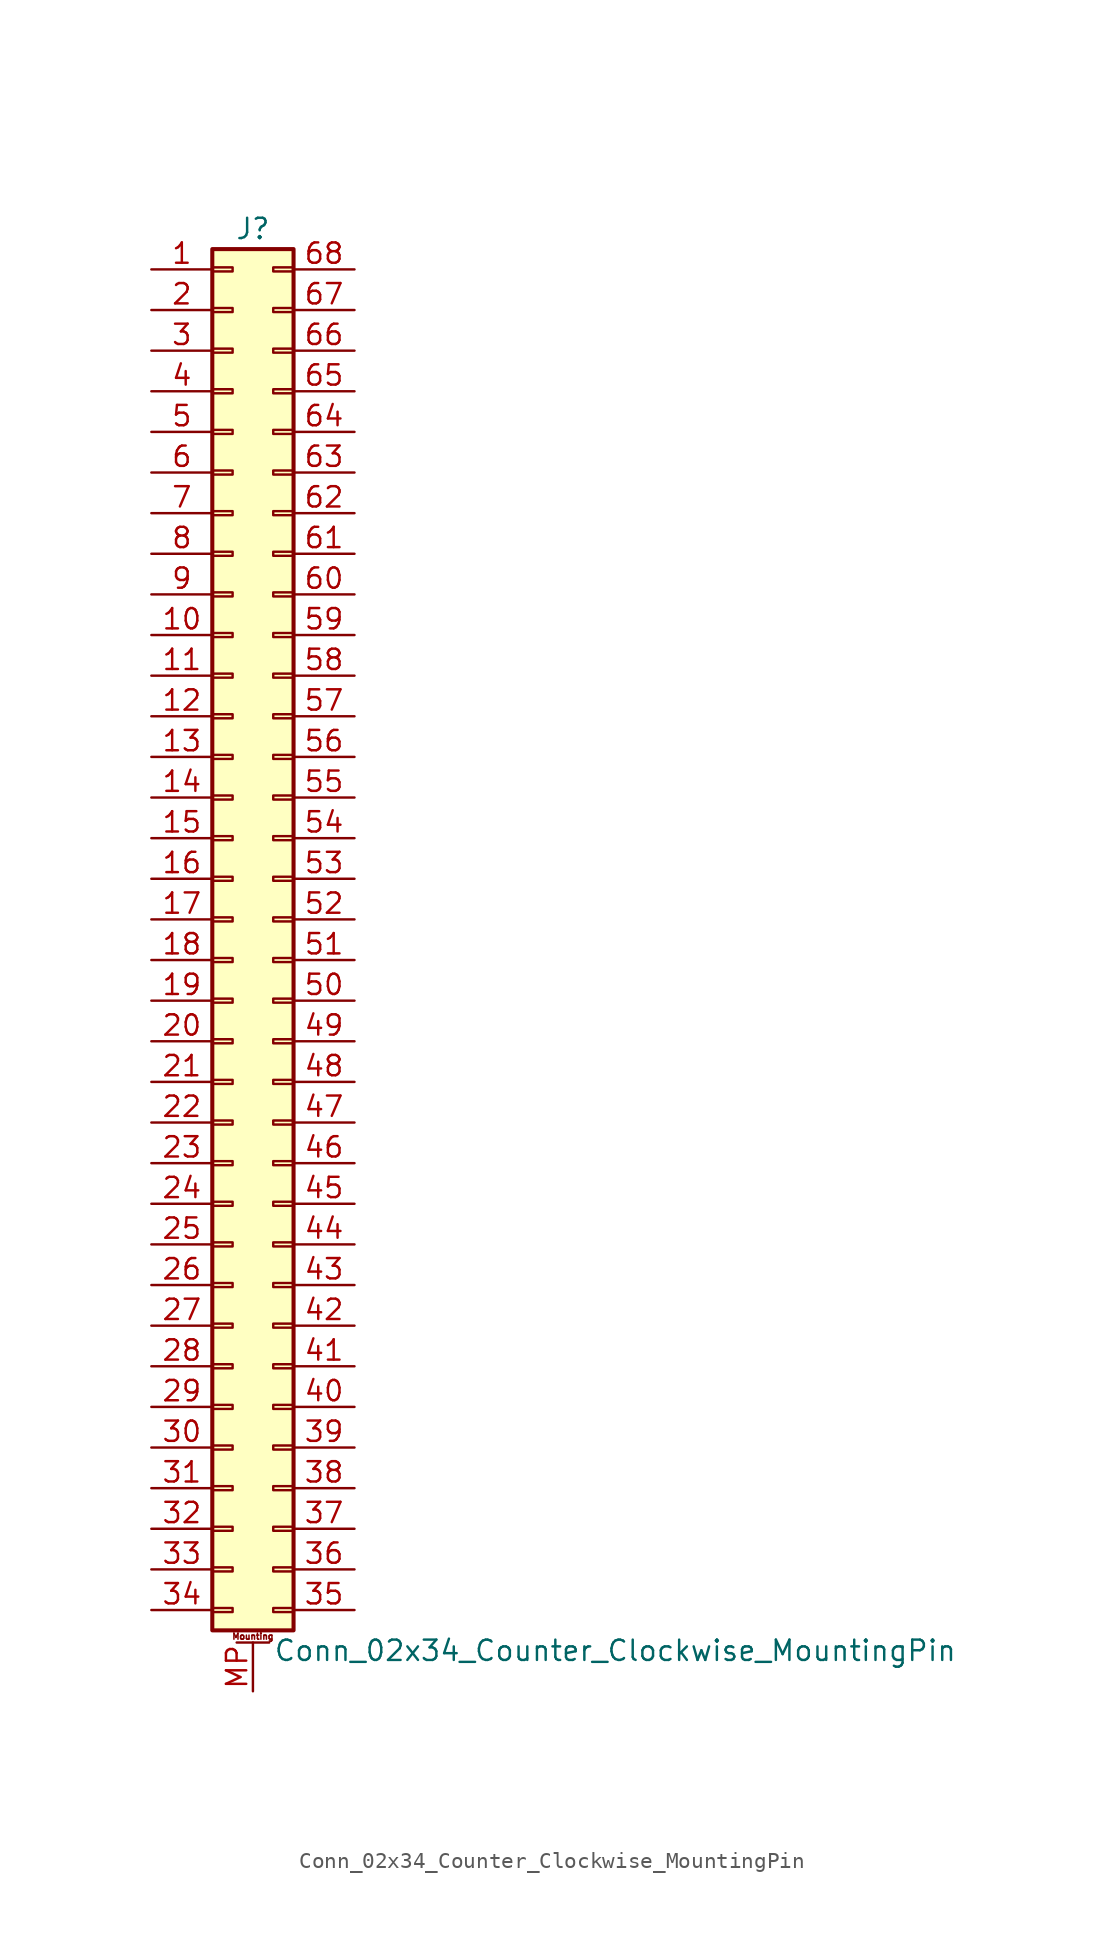
<source format=kicad_sym>
(kicad_symbol_lib
  (version 20201005)
  (generator kicad_symbol_editor)
  (symbol "Conn_02x34_Counter_Clockwise_MountingPin"
    (pin_names
      (offset 1.016) hide)
    (property "Reference" "J"
      (at 1.27 43.18 0)
      (effects (font (size 1.27 1.27))))
    (property "Value" "Conn_02x34_Counter_Clockwise_MountingPin"
      (at 2.54 -45.72 0)
      (effects (font (size 1.27 1.27)) (justify left)))
    (symbol "Conn_02x34_Counter_Clockwise_MountingPin_1_1"
      (text "Mounting" (at 1.27 -44.831 0) (effects (font (size 0.381 0.381))))
      (rectangle (start -1.27 -43.053) (end 0 -43.307) (stroke (width 0.152)) (fill (type none)))
      (rectangle (start -1.27 -40.513) (end 0 -40.767) (stroke (width 0.152)) (fill (type none)))
      (rectangle (start -1.27 -37.973) (end 0 -38.227) (stroke (width 0.152)) (fill (type none)))
      (rectangle (start -1.27 -35.433) (end 0 -35.687) (stroke (width 0.152)) (fill (type none)))
      (rectangle (start -1.27 -32.893) (end 0 -33.147) (stroke (width 0.152)) (fill (type none)))
      (rectangle (start -1.27 -30.353) (end 0 -30.607) (stroke (width 0.152)) (fill (type none)))
      (rectangle (start -1.27 -27.813) (end 0 -28.067) (stroke (width 0.152)) (fill (type none)))
      (rectangle (start -1.27 -25.273) (end 0 -25.527) (stroke (width 0.152)) (fill (type none)))
      (rectangle (start -1.27 -22.733) (end 0 -22.987) (stroke (width 0.152)) (fill (type none)))
      (rectangle (start -1.27 -20.193) (end 0 -20.447) (stroke (width 0.152)) (fill (type none)))
      (rectangle (start -1.27 -17.653) (end 0 -17.907) (stroke (width 0.152)) (fill (type none)))
      (rectangle (start -1.27 -15.113) (end 0 -15.367) (stroke (width 0.152)) (fill (type none)))
      (rectangle (start -1.27 -12.573) (end 0 -12.827) (stroke (width 0.152)) (fill (type none)))
      (rectangle (start -1.27 -10.033) (end 0 -10.287) (stroke (width 0.152)) (fill (type none)))
      (rectangle (start -1.27 -7.493) (end 0 -7.747) (stroke (width 0.152)) (fill (type none)))
      (rectangle (start -1.27 -4.953) (end 0 -5.207) (stroke (width 0.152)) (fill (type none)))
      (rectangle (start -1.27 -2.413) (end 0 -2.667) (stroke (width 0.152)) (fill (type none)))
      (rectangle (start -1.27 0.127) (end 0 -0.127) (stroke (width 0.152)) (fill (type none)))
      (rectangle (start -1.27 2.667) (end 0 2.413) (stroke (width 0.152)) (fill (type none)))
      (rectangle (start -1.27 5.207) (end 0 4.953) (stroke (width 0.152)) (fill (type none)))
      (rectangle (start -1.27 7.747) (end 0 7.493) (stroke (width 0.152)) (fill (type none)))
      (rectangle (start -1.27 10.287) (end 0 10.033) (stroke (width 0.152)) (fill (type none)))
      (rectangle (start -1.27 12.827) (end 0 12.573) (stroke (width 0.152)) (fill (type none)))
      (rectangle (start -1.27 15.367) (end 0 15.113) (stroke (width 0.152)) (fill (type none)))
      (rectangle (start -1.27 17.907) (end 0 17.653) (stroke (width 0.152)) (fill (type none)))
      (rectangle (start -1.27 20.447) (end 0 20.193) (stroke (width 0.152)) (fill (type none)))
      (rectangle (start -1.27 22.987) (end 0 22.733) (stroke (width 0.152)) (fill (type none)))
      (rectangle (start -1.27 25.527) (end 0 25.273) (stroke (width 0.152)) (fill (type none)))
      (rectangle (start -1.27 28.067) (end 0 27.813) (stroke (width 0.152)) (fill (type none)))
      (rectangle (start -1.27 30.607) (end 0 30.353) (stroke (width 0.152)) (fill (type none)))
      (rectangle (start -1.27 33.147) (end 0 32.893) (stroke (width 0.152)) (fill (type none)))
      (rectangle (start -1.27 35.687) (end 0 35.433) (stroke (width 0.152)) (fill (type none)))
      (rectangle (start -1.27 38.227) (end 0 37.973) (stroke (width 0.152)) (fill (type none)))
      (rectangle (start -1.27 40.767) (end 0 40.513) (stroke (width 0.152)) (fill (type none)))
      (rectangle (start 3.81 -43.053) (end 2.54 -43.307) (stroke (width 0.152)) (fill (type none)))
      (rectangle (start 3.81 -40.513) (end 2.54 -40.767) (stroke (width 0.152)) (fill (type none)))
      (rectangle (start 3.81 -37.973) (end 2.54 -38.227) (stroke (width 0.152)) (fill (type none)))
      (rectangle (start 3.81 -35.433) (end 2.54 -35.687) (stroke (width 0.152)) (fill (type none)))
      (rectangle (start 3.81 -32.893) (end 2.54 -33.147) (stroke (width 0.152)) (fill (type none)))
      (rectangle (start 3.81 -30.353) (end 2.54 -30.607) (stroke (width 0.152)) (fill (type none)))
      (rectangle (start 3.81 -27.813) (end 2.54 -28.067) (stroke (width 0.152)) (fill (type none)))
      (rectangle (start 3.81 -25.273) (end 2.54 -25.527) (stroke (width 0.152)) (fill (type none)))
      (rectangle (start 3.81 -22.733) (end 2.54 -22.987) (stroke (width 0.152)) (fill (type none)))
      (rectangle (start 3.81 -20.193) (end 2.54 -20.447) (stroke (width 0.152)) (fill (type none)))
      (rectangle (start 3.81 -17.653) (end 2.54 -17.907) (stroke (width 0.152)) (fill (type none)))
      (rectangle (start 3.81 -15.113) (end 2.54 -15.367) (stroke (width 0.152)) (fill (type none)))
      (rectangle (start 3.81 -12.573) (end 2.54 -12.827) (stroke (width 0.152)) (fill (type none)))
      (rectangle (start 3.81 -10.033) (end 2.54 -10.287) (stroke (width 0.152)) (fill (type none)))
      (rectangle (start 3.81 -7.493) (end 2.54 -7.747) (stroke (width 0.152)) (fill (type none)))
      (rectangle (start 3.81 -4.953) (end 2.54 -5.207) (stroke (width 0.152)) (fill (type none)))
      (rectangle (start 3.81 -2.413) (end 2.54 -2.667) (stroke (width 0.152)) (fill (type none)))
      (rectangle (start 3.81 0.127) (end 2.54 -0.127) (stroke (width 0.152)) (fill (type none)))
      (rectangle (start 3.81 2.667) (end 2.54 2.413) (stroke (width 0.152)) (fill (type none)))
      (rectangle (start 3.81 5.207) (end 2.54 4.953) (stroke (width 0.152)) (fill (type none)))
      (rectangle (start 3.81 7.747) (end 2.54 7.493) (stroke (width 0.152)) (fill (type none)))
      (rectangle (start 3.81 10.287) (end 2.54 10.033) (stroke (width 0.152)) (fill (type none)))
      (rectangle (start 3.81 12.827) (end 2.54 12.573) (stroke (width 0.152)) (fill (type none)))
      (rectangle (start 3.81 15.367) (end 2.54 15.113) (stroke (width 0.152)) (fill (type none)))
      (rectangle (start 3.81 17.907) (end 2.54 17.653) (stroke (width 0.152)) (fill (type none)))
      (rectangle (start 3.81 20.447) (end 2.54 20.193) (stroke (width 0.152)) (fill (type none)))
      (rectangle (start 3.81 22.987) (end 2.54 22.733) (stroke (width 0.152)) (fill (type none)))
      (rectangle (start 3.81 25.527) (end 2.54 25.273) (stroke (width 0.152)) (fill (type none)))
      (rectangle (start 3.81 28.067) (end 2.54 27.813) (stroke (width 0.152)) (fill (type none)))
      (rectangle (start 3.81 30.607) (end 2.54 30.353) (stroke (width 0.152)) (fill (type none)))
      (rectangle (start 3.81 33.147) (end 2.54 32.893) (stroke (width 0.152)) (fill (type none)))
      (rectangle (start 3.81 35.687) (end 2.54 35.433) (stroke (width 0.152)) (fill (type none)))
      (rectangle (start 3.81 38.227) (end 2.54 37.973) (stroke (width 0.152)) (fill (type none)))
      (rectangle (start 3.81 40.767) (end 2.54 40.513) (stroke (width 0.152)) (fill (type none)))
      (rectangle (start -1.27 41.91) (end 3.81 -44.45) (stroke (width 0.254)) (fill (type background)))
      (polyline (pts (xy 0.254 -45.212) (xy 2.286 -45.212)) (stroke (width 0.152)) (fill (type none)))
      (pin passive line (at -5.08 40.64 0) (length 3.81) (name "Pin_1" (effects (font (size 1.27 1.27)))) (number "1" (effects (font (size 1.27 1.27)))))
      (pin passive line (at -5.08 17.78 0) (length 3.81) (name "Pin_10" (effects (font (size 1.27 1.27)))) (number "10" (effects (font (size 1.27 1.27)))))
      (pin passive line (at -5.08 15.24 0) (length 3.81) (name "Pin_11" (effects (font (size 1.27 1.27)))) (number "11" (effects (font (size 1.27 1.27)))))
      (pin passive line (at -5.08 12.7 0) (length 3.81) (name "Pin_12" (effects (font (size 1.27 1.27)))) (number "12" (effects (font (size 1.27 1.27)))))
      (pin passive line (at -5.08 10.16 0) (length 3.81) (name "Pin_13" (effects (font (size 1.27 1.27)))) (number "13" (effects (font (size 1.27 1.27)))))
      (pin passive line (at -5.08 7.62 0) (length 3.81) (name "Pin_14" (effects (font (size 1.27 1.27)))) (number "14" (effects (font (size 1.27 1.27)))))
      (pin passive line (at -5.08 5.08 0) (length 3.81) (name "Pin_15" (effects (font (size 1.27 1.27)))) (number "15" (effects (font (size 1.27 1.27)))))
      (pin passive line (at -5.08 2.54 0) (length 3.81) (name "Pin_16" (effects (font (size 1.27 1.27)))) (number "16" (effects (font (size 1.27 1.27)))))
      (pin passive line (at -5.08 0 0) (length 3.81) (name "Pin_17" (effects (font (size 1.27 1.27)))) (number "17" (effects (font (size 1.27 1.27)))))
      (pin passive line (at -5.08 -2.54 0) (length 3.81) (name "Pin_18" (effects (font (size 1.27 1.27)))) (number "18" (effects (font (size 1.27 1.27)))))
      (pin passive line (at -5.08 -5.08 0) (length 3.81) (name "Pin_19" (effects (font (size 1.27 1.27)))) (number "19" (effects (font (size 1.27 1.27)))))
      (pin passive line (at -5.08 38.1 0) (length 3.81) (name "Pin_2" (effects (font (size 1.27 1.27)))) (number "2" (effects (font (size 1.27 1.27)))))
      (pin passive line (at -5.08 -7.62 0) (length 3.81) (name "Pin_20" (effects (font (size 1.27 1.27)))) (number "20" (effects (font (size 1.27 1.27)))))
      (pin passive line (at -5.08 -10.16 0) (length 3.81) (name "Pin_21" (effects (font (size 1.27 1.27)))) (number "21" (effects (font (size 1.27 1.27)))))
      (pin passive line (at -5.08 -12.7 0) (length 3.81) (name "Pin_22" (effects (font (size 1.27 1.27)))) (number "22" (effects (font (size 1.27 1.27)))))
      (pin passive line (at -5.08 -15.24 0) (length 3.81) (name "Pin_23" (effects (font (size 1.27 1.27)))) (number "23" (effects (font (size 1.27 1.27)))))
      (pin passive line (at -5.08 -17.78 0) (length 3.81) (name "Pin_24" (effects (font (size 1.27 1.27)))) (number "24" (effects (font (size 1.27 1.27)))))
      (pin passive line (at -5.08 -20.32 0) (length 3.81) (name "Pin_25" (effects (font (size 1.27 1.27)))) (number "25" (effects (font (size 1.27 1.27)))))
      (pin passive line (at -5.08 -22.86 0) (length 3.81) (name "Pin_26" (effects (font (size 1.27 1.27)))) (number "26" (effects (font (size 1.27 1.27)))))
      (pin passive line (at -5.08 -25.4 0) (length 3.81) (name "Pin_27" (effects (font (size 1.27 1.27)))) (number "27" (effects (font (size 1.27 1.27)))))
      (pin passive line (at -5.08 -27.94 0) (length 3.81) (name "Pin_28" (effects (font (size 1.27 1.27)))) (number "28" (effects (font (size 1.27 1.27)))))
      (pin passive line (at -5.08 -30.48 0) (length 3.81) (name "Pin_29" (effects (font (size 1.27 1.27)))) (number "29" (effects (font (size 1.27 1.27)))))
      (pin passive line (at -5.08 35.56 0) (length 3.81) (name "Pin_3" (effects (font (size 1.27 1.27)))) (number "3" (effects (font (size 1.27 1.27)))))
      (pin passive line (at -5.08 -33.02 0) (length 3.81) (name "Pin_30" (effects (font (size 1.27 1.27)))) (number "30" (effects (font (size 1.27 1.27)))))
      (pin passive line (at -5.08 -35.56 0) (length 3.81) (name "Pin_31" (effects (font (size 1.27 1.27)))) (number "31" (effects (font (size 1.27 1.27)))))
      (pin passive line (at -5.08 -38.1 0) (length 3.81) (name "Pin_32" (effects (font (size 1.27 1.27)))) (number "32" (effects (font (size 1.27 1.27)))))
      (pin passive line (at -5.08 -40.64 0) (length 3.81) (name "Pin_33" (effects (font (size 1.27 1.27)))) (number "33" (effects (font (size 1.27 1.27)))))
      (pin passive line (at -5.08 -43.18 0) (length 3.81) (name "Pin_34" (effects (font (size 1.27 1.27)))) (number "34" (effects (font (size 1.27 1.27)))))
      (pin passive line (at 7.62 -43.18 180) (length 3.81) (name "Pin_35" (effects (font (size 1.27 1.27)))) (number "35" (effects (font (size 1.27 1.27)))))
      (pin passive line (at 7.62 -40.64 180) (length 3.81) (name "Pin_36" (effects (font (size 1.27 1.27)))) (number "36" (effects (font (size 1.27 1.27)))))
      (pin passive line (at 7.62 -38.1 180) (length 3.81) (name "Pin_37" (effects (font (size 1.27 1.27)))) (number "37" (effects (font (size 1.27 1.27)))))
      (pin passive line (at 7.62 -35.56 180) (length 3.81) (name "Pin_38" (effects (font (size 1.27 1.27)))) (number "38" (effects (font (size 1.27 1.27)))))
      (pin passive line (at 7.62 -33.02 180) (length 3.81) (name "Pin_39" (effects (font (size 1.27 1.27)))) (number "39" (effects (font (size 1.27 1.27)))))
      (pin passive line (at -5.08 33.02 0) (length 3.81) (name "Pin_4" (effects (font (size 1.27 1.27)))) (number "4" (effects (font (size 1.27 1.27)))))
      (pin passive line (at 7.62 -30.48 180) (length 3.81) (name "Pin_40" (effects (font (size 1.27 1.27)))) (number "40" (effects (font (size 1.27 1.27)))))
      (pin passive line (at 7.62 -27.94 180) (length 3.81) (name "Pin_41" (effects (font (size 1.27 1.27)))) (number "41" (effects (font (size 1.27 1.27)))))
      (pin passive line (at 7.62 -25.4 180) (length 3.81) (name "Pin_42" (effects (font (size 1.27 1.27)))) (number "42" (effects (font (size 1.27 1.27)))))
      (pin passive line (at 7.62 -22.86 180) (length 3.81) (name "Pin_43" (effects (font (size 1.27 1.27)))) (number "43" (effects (font (size 1.27 1.27)))))
      (pin passive line (at 7.62 -20.32 180) (length 3.81) (name "Pin_44" (effects (font (size 1.27 1.27)))) (number "44" (effects (font (size 1.27 1.27)))))
      (pin passive line (at 7.62 -17.78 180) (length 3.81) (name "Pin_45" (effects (font (size 1.27 1.27)))) (number "45" (effects (font (size 1.27 1.27)))))
      (pin passive line (at 7.62 -15.24 180) (length 3.81) (name "Pin_46" (effects (font (size 1.27 1.27)))) (number "46" (effects (font (size 1.27 1.27)))))
      (pin passive line (at 7.62 -12.7 180) (length 3.81) (name "Pin_47" (effects (font (size 1.27 1.27)))) (number "47" (effects (font (size 1.27 1.27)))))
      (pin passive line (at 7.62 -10.16 180) (length 3.81) (name "Pin_48" (effects (font (size 1.27 1.27)))) (number "48" (effects (font (size 1.27 1.27)))))
      (pin passive line (at 7.62 -7.62 180) (length 3.81) (name "Pin_49" (effects (font (size 1.27 1.27)))) (number "49" (effects (font (size 1.27 1.27)))))
      (pin passive line (at -5.08 30.48 0) (length 3.81) (name "Pin_5" (effects (font (size 1.27 1.27)))) (number "5" (effects (font (size 1.27 1.27)))))
      (pin passive line (at 7.62 -5.08 180) (length 3.81) (name "Pin_50" (effects (font (size 1.27 1.27)))) (number "50" (effects (font (size 1.27 1.27)))))
      (pin passive line (at 7.62 -2.54 180) (length 3.81) (name "Pin_51" (effects (font (size 1.27 1.27)))) (number "51" (effects (font (size 1.27 1.27)))))
      (pin passive line (at 7.62 0 180) (length 3.81) (name "Pin_52" (effects (font (size 1.27 1.27)))) (number "52" (effects (font (size 1.27 1.27)))))
      (pin passive line (at 7.62 2.54 180) (length 3.81) (name "Pin_53" (effects (font (size 1.27 1.27)))) (number "53" (effects (font (size 1.27 1.27)))))
      (pin passive line (at 7.62 5.08 180) (length 3.81) (name "Pin_54" (effects (font (size 1.27 1.27)))) (number "54" (effects (font (size 1.27 1.27)))))
      (pin passive line (at 7.62 7.62 180) (length 3.81) (name "Pin_55" (effects (font (size 1.27 1.27)))) (number "55" (effects (font (size 1.27 1.27)))))
      (pin passive line (at 7.62 10.16 180) (length 3.81) (name "Pin_56" (effects (font (size 1.27 1.27)))) (number "56" (effects (font (size 1.27 1.27)))))
      (pin passive line (at 7.62 12.7 180) (length 3.81) (name "Pin_57" (effects (font (size 1.27 1.27)))) (number "57" (effects (font (size 1.27 1.27)))))
      (pin passive line (at 7.62 15.24 180) (length 3.81) (name "Pin_58" (effects (font (size 1.27 1.27)))) (number "58" (effects (font (size 1.27 1.27)))))
      (pin passive line (at 7.62 17.78 180) (length 3.81) (name "Pin_59" (effects (font (size 1.27 1.27)))) (number "59" (effects (font (size 1.27 1.27)))))
      (pin passive line (at -5.08 27.94 0) (length 3.81) (name "Pin_6" (effects (font (size 1.27 1.27)))) (number "6" (effects (font (size 1.27 1.27)))))
      (pin passive line (at 7.62 20.32 180) (length 3.81) (name "Pin_60" (effects (font (size 1.27 1.27)))) (number "60" (effects (font (size 1.27 1.27)))))
      (pin passive line (at 7.62 22.86 180) (length 3.81) (name "Pin_61" (effects (font (size 1.27 1.27)))) (number "61" (effects (font (size 1.27 1.27)))))
      (pin passive line (at 7.62 25.4 180) (length 3.81) (name "Pin_62" (effects (font (size 1.27 1.27)))) (number "62" (effects (font (size 1.27 1.27)))))
      (pin passive line (at 7.62 27.94 180) (length 3.81) (name "Pin_63" (effects (font (size 1.27 1.27)))) (number "63" (effects (font (size 1.27 1.27)))))
      (pin passive line (at 7.62 30.48 180) (length 3.81) (name "Pin_64" (effects (font (size 1.27 1.27)))) (number "64" (effects (font (size 1.27 1.27)))))
      (pin passive line (at 7.62 33.02 180) (length 3.81) (name "Pin_65" (effects (font (size 1.27 1.27)))) (number "65" (effects (font (size 1.27 1.27)))))
      (pin passive line (at 7.62 35.56 180) (length 3.81) (name "Pin_66" (effects (font (size 1.27 1.27)))) (number "66" (effects (font (size 1.27 1.27)))))
      (pin passive line (at 7.62 38.1 180) (length 3.81) (name "Pin_67" (effects (font (size 1.27 1.27)))) (number "67" (effects (font (size 1.27 1.27)))))
      (pin passive line (at 7.62 40.64 180) (length 3.81) (name "Pin_68" (effects (font (size 1.27 1.27)))) (number "68" (effects (font (size 1.27 1.27)))))
      (pin passive line (at -5.08 25.4 0) (length 3.81) (name "Pin_7" (effects (font (size 1.27 1.27)))) (number "7" (effects (font (size 1.27 1.27)))))
      (pin passive line (at -5.08 22.86 0) (length 3.81) (name "Pin_8" (effects (font (size 1.27 1.27)))) (number "8" (effects (font (size 1.27 1.27)))))
      (pin passive line (at -5.08 20.32 0) (length 3.81) (name "Pin_9" (effects (font (size 1.27 1.27)))) (number "9" (effects (font (size 1.27 1.27)))))
      (pin passive line (at 1.27 -48.26 90) (length 3.048) (name "MountPin" (effects (font (size 1.27 1.27)))) (number "MP" (effects (font (size 1.27 1.27))))))))
</source>
